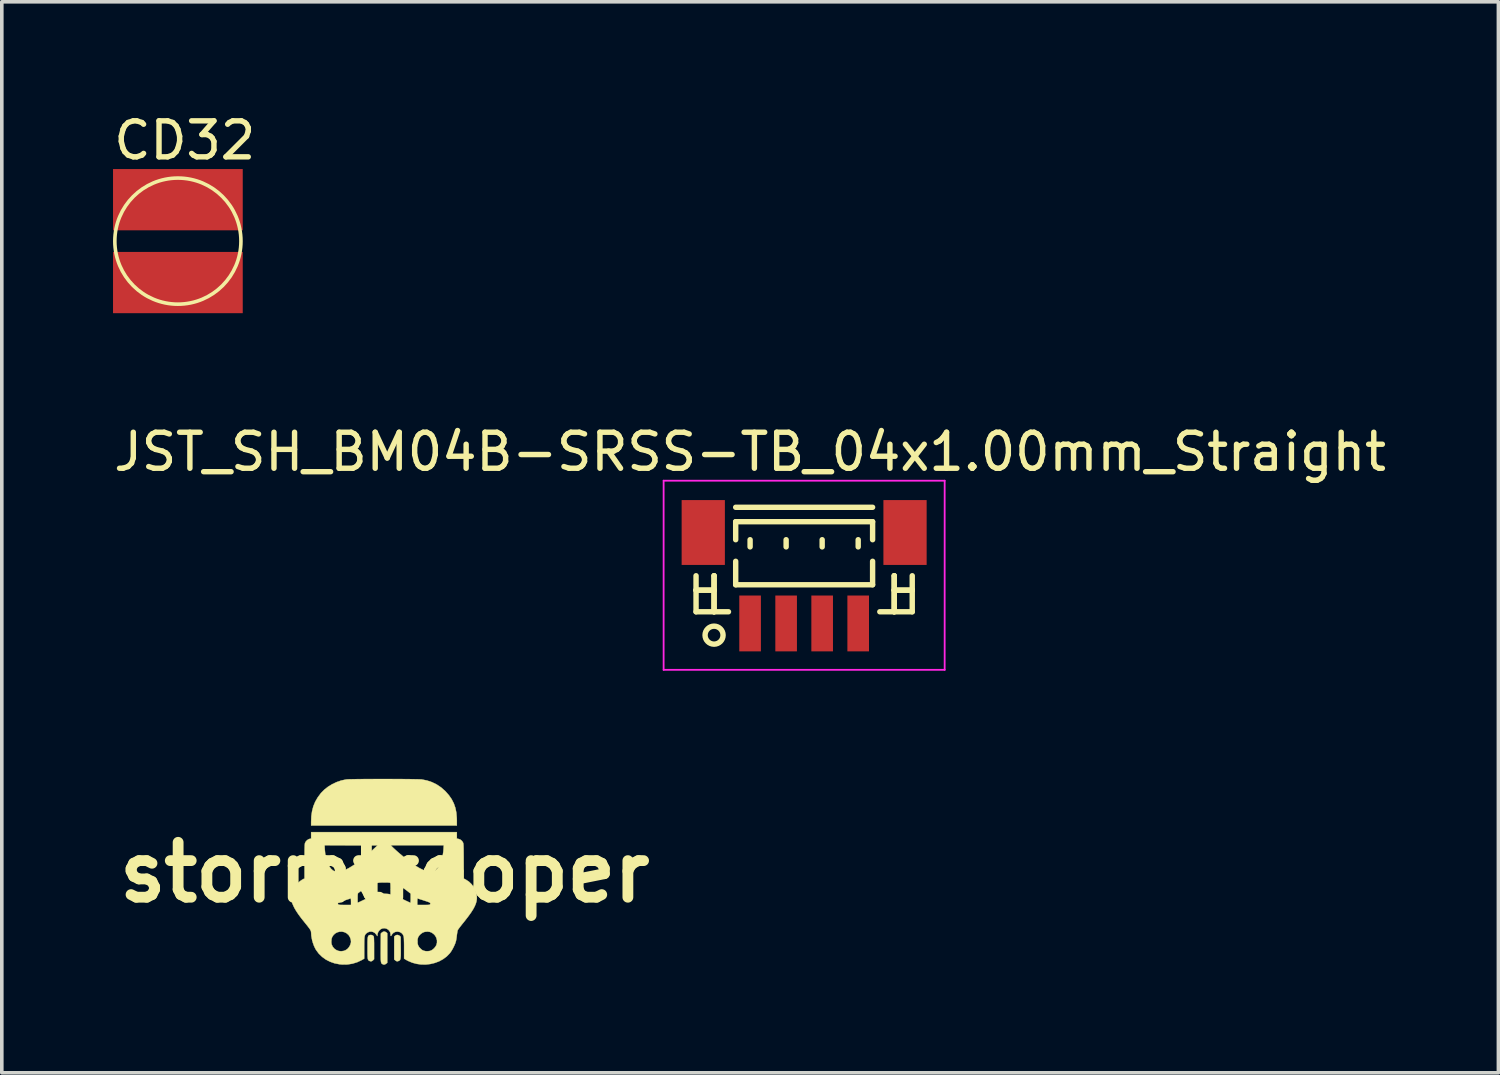
<source format=kicad_pcb>
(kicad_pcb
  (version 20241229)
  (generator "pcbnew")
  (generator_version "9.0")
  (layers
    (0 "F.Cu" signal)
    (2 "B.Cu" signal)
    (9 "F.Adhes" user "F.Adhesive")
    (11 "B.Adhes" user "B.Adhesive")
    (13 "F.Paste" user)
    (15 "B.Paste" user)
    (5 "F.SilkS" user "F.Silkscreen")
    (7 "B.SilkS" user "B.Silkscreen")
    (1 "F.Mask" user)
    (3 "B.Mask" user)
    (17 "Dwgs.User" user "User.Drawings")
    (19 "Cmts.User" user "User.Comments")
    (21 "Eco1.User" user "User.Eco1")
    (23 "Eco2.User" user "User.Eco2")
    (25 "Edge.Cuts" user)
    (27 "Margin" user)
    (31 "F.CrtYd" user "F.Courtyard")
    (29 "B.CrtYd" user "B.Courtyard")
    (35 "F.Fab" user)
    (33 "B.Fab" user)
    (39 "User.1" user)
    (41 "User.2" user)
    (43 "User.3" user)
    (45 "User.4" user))
  (footprint "CD32"
    (layer "F.Cu")
    (at 1.887 3.642)
    (property "Reference" "CD32" (at 0.191 -2.794 0) (layer "F.SilkS") (effects (font (size 1 1) (thickness 0.15))))
    (attr through_hole)
    (fp_circle (center 0 0) (end 1.75 0) (stroke (width 0.1) (type solid)) (fill no) (layer "F.SilkS"))
    (pad "1" smd rect (at 0 1.15) (size 3.6 1.7) (layers "F.Cu" "F.Mask" "F.Paste"))
    (pad "2" smd rect (at 0 -1.15) (size 3.6 1.7) (layers "F.Cu" "F.Mask" "F.Paste")))
  (footprint "stormtrooper"
    (layer "F.Cu")
    (at 7.627 21.162)
    (property "Reference" "stormtrooper" (at 0 0 0) (layer "F.SilkS") (effects (font (size 1.524 1.524) (thickness 0.3))))
    (attr through_hole)
    (fp_poly (pts (xy 0.032 1.656) (xy 0.045 1.666) (xy 0.071 1.69) (xy 0.071 2.508) (xy 0.04 2.534) (xy 0.005 2.555) (xy -0.03 2.558) (xy -0.062 2.545) (xy -0.074 2.538) (xy -0.085 2.529) (xy -0.093 2.517) (xy -0.099 2.499) (xy -0.104 2.475) (xy -0.107 2.441) (xy -0.109 2.396) (xy -0.11 2.338) (xy -0.111 2.266) (xy -0.11 2.176) (xy -0.11 2.085) (xy -0.107 1.697) (xy -0.079 1.67) (xy -0.044 1.647) (xy -0.005 1.642) (xy 0.032 1.656)) (stroke (width 0.01) (type solid)) (fill yes) (layer "F.SilkS"))
    (fp_poly (pts (xy 0.4 1.75) (xy 0.415 1.762) (xy 0.442 1.789) (xy 0.445 2.075) (xy 0.446 2.17) (xy 0.446 2.246) (xy 0.445 2.307) (xy 0.442 2.353) (xy 0.438 2.388) (xy 0.432 2.413) (xy 0.423 2.431) (xy 0.412 2.443) (xy 0.399 2.452) (xy 0.396 2.454) (xy 0.36 2.467) (xy 0.328 2.464) (xy 0.296 2.443) (xy 0.295 2.443) (xy 0.264 2.416) (xy 0.264 1.782) (xy 0.289 1.758) (xy 0.323 1.739) (xy 0.363 1.736) (xy 0.4 1.75)) (stroke (width 0.01) (type solid)) (fill yes) (layer "F.SilkS"))
    (fp_poly (pts (xy -0.343 1.744) (xy -0.314 1.765) (xy -0.306 1.776) (xy -0.302 1.794) (xy -0.299 1.831) (xy -0.297 1.888) (xy -0.295 1.963) (xy -0.295 2.057) (xy -0.295 2.103) (xy -0.295 2.409) (xy -0.324 2.439) (xy -0.358 2.463) (xy -0.394 2.467) (xy -0.427 2.456) (xy -0.44 2.448) (xy -0.452 2.438) (xy -0.46 2.424) (xy -0.467 2.404) (xy -0.471 2.375) (xy -0.474 2.336) (xy -0.476 2.284) (xy -0.477 2.216) (xy -0.477 2.131) (xy -0.477 2.1) (xy -0.477 2.008) (xy -0.477 1.934) (xy -0.475 1.876) (xy -0.472 1.831) (xy -0.467 1.799) (xy -0.461 1.776) (xy -0.452 1.76) (xy -0.44 1.749) (xy -0.425 1.742) (xy -0.416 1.739) (xy -0.38 1.735) (xy -0.343 1.744)) (stroke (width 0.01) (type solid)) (fill yes) (layer "F.SilkS"))
    (fp_poly (pts (xy 0.078 -2.591) (xy 0.207 -2.591) (xy 0.332 -2.59) (xy 0.453 -2.59) (xy 0.567 -2.589) (xy 0.673 -2.588) (xy 0.768 -2.587) (xy 0.851 -2.585) (xy 0.92 -2.584) (xy 0.974 -2.582) (xy 1.01 -2.581) (xy 1.021 -2.58) (xy 1.17 -2.551) (xy 1.311 -2.504) (xy 1.444 -2.439) (xy 1.567 -2.356) (xy 1.68 -2.256) (xy 1.687 -2.249) (xy 1.782 -2.141) (xy 1.859 -2.03) (xy 1.918 -1.914) (xy 1.961 -1.79) (xy 1.988 -1.657) (xy 2 -1.512) (xy 2.002 -1.452) (xy 2.002 -1.3) (xy -2.042 -1.3) (xy -2.042 -1.402) (xy -2.036 -1.559) (xy -2.015 -1.702) (xy -1.98 -1.835) (xy -1.929 -1.959) (xy -1.862 -2.076) (xy -1.778 -2.19) (xy -1.763 -2.208) (xy -1.675 -2.297) (xy -1.571 -2.378) (xy -1.455 -2.449) (xy -1.331 -2.507) (xy -1.202 -2.551) (xy -1.072 -2.578) (xy -1.054 -2.58) (xy -1.029 -2.582) (xy -0.985 -2.584) (xy -0.924 -2.585) (xy -0.848 -2.587) (xy -0.759 -2.588) (xy -0.659 -2.589) (xy -0.55 -2.59) (xy -0.432 -2.59) (xy -0.309 -2.591) (xy -0.182 -2.591) (xy -0.052 -2.591) (xy 0.078 -2.591)) (stroke (width 0.01) (type solid)) (fill yes) (layer "F.SilkS"))
    (fp_poly (pts (xy 2.002 -1.027) (xy 2.002 -0.937) (xy 2.04 -0.931) (xy 2.096 -0.912) (xy 2.141 -0.877) (xy 2.166 -0.841) (xy 2.172 -0.831) (xy 2.176 -0.82) (xy 2.18 -0.808) (xy 2.183 -0.792) (xy 2.185 -0.77) (xy 2.187 -0.74) (xy 2.188 -0.702) (xy 2.19 -0.652) (xy 2.19 -0.589) (xy 2.191 -0.511) (xy 2.192 -0.416) (xy 2.192 -0.313) (xy 2.195 0.172) (xy 2.256 0.204) (xy 2.339 0.259) (xy 2.412 0.329) (xy 2.472 0.411) (xy 2.517 0.5) (xy 2.529 0.535) (xy 2.547 0.604) (xy 2.557 0.67) (xy 2.557 0.736) (xy 2.547 0.803) (xy 2.527 0.873) (xy 2.495 0.947) (xy 2.452 1.027) (xy 2.396 1.114) (xy 2.326 1.212) (xy 2.243 1.32) (xy 2.191 1.386) (xy 2.148 1.439) (xy 2.108 1.49) (xy 2.074 1.534) (xy 2.049 1.569) (xy 2.032 1.593) (xy 2.029 1.599) (xy 2.021 1.622) (xy 2.014 1.66) (xy 2.007 1.706) (xy 2.002 1.742) (xy 1.996 1.796) (xy 1.988 1.849) (xy 1.98 1.894) (xy 1.975 1.915) (xy 1.955 1.976) (xy 1.925 2.045) (xy 1.889 2.117) (xy 1.85 2.183) (xy 1.811 2.239) (xy 1.804 2.247) (xy 1.718 2.335) (xy 1.619 2.408) (xy 1.51 2.468) (xy 1.392 2.512) (xy 1.269 2.542) (xy 1.142 2.557) (xy 1.013 2.556) (xy 0.886 2.538) (xy 0.763 2.505) (xy 0.645 2.455) (xy 0.592 2.426) (xy 0.538 2.393) (xy 0.538 2.104) (xy 0.538 2.02) (xy 0.537 1.945) (xy 0.536 1.915) (xy 0.91 1.915) (xy 0.914 1.978) (xy 0.929 2.03) (xy 0.956 2.076) (xy 0.999 2.12) (xy 1.039 2.154) (xy 1.081 2.174) (xy 1.134 2.186) (xy 1.192 2.188) (xy 1.25 2.181) (xy 1.286 2.169) (xy 1.33 2.143) (xy 1.373 2.105) (xy 1.41 2.059) (xy 1.433 2.019) (xy 1.451 1.953) (xy 1.451 1.883) (xy 1.433 1.816) (xy 1.399 1.754) (xy 1.362 1.714) (xy 1.31 1.675) (xy 1.256 1.652) (xy 1.193 1.644) (xy 1.179 1.644) (xy 1.113 1.65) (xy 1.058 1.669) (xy 1.006 1.705) (xy 0.995 1.714) (xy 0.953 1.758) (xy 0.927 1.802) (xy 0.913 1.854) (xy 0.91 1.915) (xy 0.536 1.915) (xy 0.535 1.88) (xy 0.533 1.829) (xy 0.53 1.792) (xy 0.528 1.776) (xy 0.503 1.721) (xy 0.464 1.68) (xy 0.412 1.653) (xy 0.352 1.643) (xy 0.348 1.643) (xy 0.293 1.652) (xy 0.245 1.676) (xy 0.208 1.713) (xy 0.196 1.733) (xy 0.181 1.759) (xy 0.17 1.766) (xy 0.164 1.753) (xy 0.163 1.726) (xy 0.154 1.67) (xy 0.129 1.622) (xy 0.092 1.585) (xy 0.046 1.56) (xy -0.005 1.549) (xy -0.059 1.554) (xy -0.111 1.576) (xy -0.114 1.579) (xy -0.159 1.621) (xy -0.189 1.675) (xy -0.199 1.718) (xy -0.206 1.768) (xy -0.232 1.728) (xy -0.271 1.683) (xy -0.32 1.654) (xy -0.373 1.642) (xy -0.428 1.647) (xy -0.48 1.67) (xy -0.499 1.684) (xy -0.517 1.7) (xy -0.533 1.717) (xy -0.544 1.736) (xy -0.553 1.76) (xy -0.56 1.791) (xy -0.564 1.831) (xy -0.567 1.883) (xy -0.568 1.949) (xy -0.569 2.031) (xy -0.569 2.094) (xy -0.569 2.394) (xy -0.643 2.436) (xy -0.767 2.494) (xy -0.899 2.534) (xy -1.036 2.555) (xy -1.178 2.557) (xy -1.257 2.549) (xy -1.391 2.523) (xy -1.516 2.479) (xy -1.632 2.42) (xy -1.736 2.345) (xy -1.827 2.257) (xy -1.903 2.155) (xy -1.925 2.118) (xy -1.962 2.041) (xy -1.994 1.952) (xy -1.995 1.948) (xy -1.481 1.948) (xy -1.474 1.995) (xy -1.473 1.998) (xy -1.443 2.064) (xy -1.398 2.117) (xy -1.342 2.156) (xy -1.279 2.181) (xy -1.211 2.189) (xy -1.14 2.18) (xy -1.091 2.162) (xy -1.037 2.127) (xy -0.992 2.077) (xy -0.958 2.017) (xy -0.938 1.953) (xy -0.935 1.915) (xy -0.943 1.856) (xy -0.966 1.796) (xy -0.999 1.742) (xy -1.005 1.735) (xy -1.059 1.688) (xy -1.12 1.658) (xy -1.185 1.644) (xy -1.251 1.646) (xy -1.315 1.662) (xy -1.374 1.694) (xy -1.423 1.74) (xy -1.458 1.794) (xy -1.473 1.839) (xy -1.481 1.893) (xy -1.481 1.948) (xy -1.995 1.948) (xy -2.019 1.856) (xy -2.036 1.762) (xy -2.042 1.677) (xy -2.042 1.675) (xy -2.044 1.652) (xy -2.049 1.629) (xy -2.06 1.604) (xy -2.078 1.573) (xy -2.105 1.536) (xy -2.141 1.489) (xy -2.188 1.43) (xy -2.215 1.397) (xy -2.31 1.278) (xy -2.39 1.171) (xy -2.455 1.074) (xy -2.507 0.986) (xy -2.545 0.905) (xy -2.561 0.863) (xy -1.301 0.863) (xy -1.299 0.876) (xy -1.29 0.889) (xy -1.281 0.895) (xy -1.265 0.899) (xy -1.237 0.902) (xy -1.196 0.903) (xy -1.139 0.904) (xy -1.106 0.904) (xy -0.935 0.904) (xy -0.935 0.813) (xy -0.936 0.773) (xy -0.938 0.742) (xy -0.941 0.724) (xy -0.942 0.722) (xy -0.954 0.725) (xy -0.982 0.734) (xy -1.022 0.747) (xy -1.072 0.764) (xy -1.123 0.781) (xy -1.19 0.803) (xy -1.239 0.822) (xy -1.273 0.837) (xy -1.293 0.85) (xy -1.301 0.863) (xy -2.561 0.863) (xy -2.572 0.831) (xy -2.587 0.762) (xy -2.59 0.715) (xy -0.752 0.715) (xy -0.752 0.844) (xy -0.719 0.829) (xy -0.698 0.82) (xy -0.664 0.804) (xy -0.619 0.782) (xy -0.567 0.758) (xy -0.536 0.743) (xy -0.386 0.671) (xy -0.386 0.513) (xy -0.386 0.45) (xy -0.388 0.405) (xy -0.39 0.376) (xy -0.394 0.36) (xy -0.399 0.356) (xy -0.419 0.362) (xy -0.452 0.378) (xy -0.495 0.404) (xy -0.547 0.437) (xy -0.603 0.475) (xy -0.661 0.517) (xy -0.718 0.56) (xy -0.738 0.575) (xy -0.744 0.585) (xy -0.748 0.606) (xy -0.751 0.64) (xy -0.752 0.691) (xy -0.752 0.715) (xy -2.59 0.715) (xy -2.591 0.703) (xy -2.585 0.635) (xy -2.569 0.56) (xy -2.545 0.487) (xy -2.528 0.447) (xy -2.494 0.392) (xy -2.447 0.334) (xy -2.408 0.295) (xy -0.203 0.295) (xy -0.203 0.61) (xy -0.16 0.602) (xy -0.13 0.599) (xy -0.087 0.596) (xy -0.039 0.594) (xy -0.02 0.594) (xy 0.028 0.595) (xy 0.074 0.597) (xy 0.109 0.601) (xy 0.119 0.602) (xy 0.163 0.61) (xy 0.163 0.516) (xy 0.356 0.516) (xy 0.357 0.676) (xy 0.531 0.759) (xy 0.586 0.786) (xy 0.635 0.808) (xy 0.674 0.827) (xy 0.702 0.839) (xy 0.714 0.843) (xy 0.714 0.843) (xy 0.717 0.834) (xy 0.719 0.812) (xy 0.904 0.812) (xy 0.904 0.904) (xy 1.076 0.904) (xy 1.141 0.904) (xy 1.19 0.903) (xy 1.223 0.901) (xy 1.244 0.897) (xy 1.256 0.892) (xy 1.259 0.889) (xy 1.267 0.868) (xy 1.265 0.854) (xy 1.259 0.845) (xy 1.244 0.835) (xy 1.217 0.823) (xy 1.177 0.808) (xy 1.121 0.79) (xy 1.094 0.781) (xy 1.039 0.763) (xy 0.99 0.748) (xy 0.951 0.735) (xy 0.925 0.727) (xy 0.917 0.724) (xy 0.911 0.727) (xy 0.907 0.743) (xy 0.905 0.774) (xy 0.904 0.812) (xy 0.719 0.812) (xy 0.719 0.808) (xy 0.721 0.769) (xy 0.721 0.722) (xy 0.721 0.717) (xy 0.721 0.59) (xy 0.653 0.535) (xy 0.614 0.505) (xy 0.575 0.476) (xy 0.543 0.453) (xy 0.538 0.45) (xy 0.512 0.433) (xy 0.478 0.414) (xy 0.441 0.394) (xy 0.406 0.375) (xy 0.378 0.362) (xy 0.362 0.356) (xy 0.361 0.356) (xy 0.359 0.365) (xy 0.358 0.392) (xy 0.357 0.432) (xy 0.356 0.482) (xy 0.356 0.516) (xy 0.163 0.516) (xy 0.163 0.452) (xy 0.162 0.391) (xy 0.161 0.348) (xy 0.16 0.319) (xy 0.157 0.301) (xy 0.152 0.292) (xy 0.145 0.287) (xy 0.145 0.287) (xy 0.127 0.284) (xy 0.093 0.281) (xy 0.049 0.28) (xy -0.001 0.28) (xy -0.053 0.28) (xy -0.101 0.281) (xy -0.142 0.283) (xy -0.169 0.286) (xy -0.175 0.287) (xy -0.203 0.295) (xy -2.408 0.295) (xy -2.392 0.278) (xy -2.333 0.231) (xy -2.289 0.202) (xy -2.225 0.168) (xy -2.225 -0.3) (xy -2.225 -0.432) (xy -2.224 -0.545) (xy -2.223 -0.638) (xy -2.221 -0.711) (xy -2.219 -0.752) (xy -1.669 -0.752) (xy -1.663 -0.638) (xy -1.652 -0.526) (xy -1.632 -0.42) (xy -1.605 -0.323) (xy -1.571 -0.235) (xy -1.532 -0.16) (xy -1.488 -0.1) (xy -1.439 -0.056) (xy -1.42 -0.044) (xy -1.359 -0.024) (xy -1.289 -0.019) (xy -1.21 -0.03) (xy -1.153 -0.046) (xy -1.077 -0.077) (xy -0.99 -0.123) (xy -0.892 -0.182) (xy -0.787 -0.253) (xy -0.675 -0.336) (xy -0.559 -0.429) (xy -0.439 -0.53) (xy -0.317 -0.639) (xy -0.274 -0.679) (xy -0.198 -0.751) (xy -0.934 -0.751) (xy -1.669 -0.752) (xy 0.169 -0.752) (xy 0.194 -0.725) (xy 0.229 -0.69) (xy 0.277 -0.645) (xy 0.335 -0.592) (xy 0.4 -0.535) (xy 0.47 -0.476) (xy 0.54 -0.418) (xy 0.609 -0.362) (xy 0.673 -0.312) (xy 0.729 -0.27) (xy 0.732 -0.269) (xy 0.853 -0.185) (xy 0.964 -0.119) (xy 1.065 -0.069) (xy 1.156 -0.037) (xy 1.237 -0.021) (xy 1.308 -0.021) (xy 1.37 -0.038) (xy 1.407 -0.059) (xy 1.46 -0.107) (xy 1.507 -0.173) (xy 1.548 -0.255) (xy 1.582 -0.351) (xy 1.609 -0.46) (xy 1.627 -0.578) (xy 1.633 -0.652) (xy 1.639 -0.752) (xy 0.169 -0.752) (xy -1.669 -0.752) (xy -2.219 -0.752) (xy -2.218 -0.765) (xy -2.215 -0.798) (xy -2.214 -0.808) (xy -2.193 -0.851) (xy -2.159 -0.889) (xy -2.118 -0.918) (xy -2.083 -0.93) (xy -2.042 -0.937) (xy -2.042 -1.118) (xy 2.002 -1.118) (xy 2.002 -1.027)) (stroke (width 0.01) (type solid)) (fill yes) (layer "F.SilkS")))
  (footprint "JST_SH_BM04B-SRSS-TB_04x1.00mm_Straight"
    (layer "F.Cu")
    (at 19.268 12.991)
    (property "Reference" "JST_SH_BM04B-SRSS-TB_04x1.00mm_Straight" (at -1.5 -3.5 0) (layer "F.SilkS") (effects (font (size 1 1) (thickness 0.15))))
    (attr smd)
    (fp_line (start -3 -0.062) (end -3 0.938) (stroke (width 0.15) (type solid)) (layer "F.SilkS"))
    (fp_line (start -3 0.338) (end -3 0.338) (stroke (width 0.15) (type solid)) (layer "F.SilkS"))
    (fp_line (start -3 0.338) (end -2.5 0.338) (stroke (width 0.15) (type solid)) (layer "F.SilkS"))
    (fp_line (start -3 0.938) (end -2.1 0.938) (stroke (width 0.15) (type solid)) (layer "F.SilkS"))
    (fp_line (start -2.5 -0.062) (end -2.5 -0.062) (stroke (width 0.15) (type solid)) (layer "F.SilkS"))
    (fp_line (start -2.5 -0.062) (end -2.5 0.938) (stroke (width 0.15) (type solid)) (layer "F.SilkS"))
    (fp_line (start -2.5 0.338) (end -3 0.338) (stroke (width 0.15) (type solid)) (layer "F.SilkS"))
    (fp_line (start -2.5 0.338) (end -2.5 0.338) (stroke (width 0.15) (type solid)) (layer "F.SilkS"))
    (fp_line (start -2.5 0.938) (end -2.5 -0.062) (stroke (width 0.15) (type solid)) (layer "F.SilkS"))
    (fp_line (start -2.5 0.938) (end -2.5 0.938) (stroke (width 0.15) (type solid)) (layer "F.SilkS"))
    (fp_line (start -1.9 -1.962) (end 1.9 -1.962) (stroke (width 0.15) (type solid)) (layer "F.SilkS"))
    (fp_line (start -1.9 -1.562) (end 1.9 -1.562) (stroke (width 0.15) (type solid)) (layer "F.SilkS"))
    (fp_line (start -1.9 -1.062) (end -1.9 -1.562) (stroke (width 0.15) (type solid)) (layer "F.SilkS"))
    (fp_line (start -1.9 -0.463) (end -1.9 0.188) (stroke (width 0.15) (type solid)) (layer "F.SilkS"))
    (fp_line (start -1.9 0.188) (end 1.9 0.188) (stroke (width 0.15) (type solid)) (layer "F.SilkS"))
    (fp_line (start -1.5 -1.062) (end -1.5 -0.863) (stroke (width 0.15) (type solid)) (layer "F.SilkS"))
    (fp_line (start -0.5 -1.062) (end -0.5 -0.863) (stroke (width 0.15) (type solid)) (layer "F.SilkS"))
    (fp_line (start 0.5 -1.062) (end 0.5 -0.863) (stroke (width 0.15) (type solid)) (layer "F.SilkS"))
    (fp_line (start 1.5 -1.062) (end 1.5 -0.863) (stroke (width 0.15) (type solid)) (layer "F.SilkS"))
    (fp_line (start 1.9 -1.562) (end 1.9 -1.062) (stroke (width 0.15) (type solid)) (layer "F.SilkS"))
    (fp_line (start 1.9 0.188) (end 1.9 -0.463) (stroke (width 0.15) (type solid)) (layer "F.SilkS"))
    (fp_line (start 2.5 -0.062) (end 2.5 -0.062) (stroke (width 0.15) (type solid)) (layer "F.SilkS"))
    (fp_line (start 2.5 -0.062) (end 2.5 0.938) (stroke (width 0.15) (type solid)) (layer "F.SilkS"))
    (fp_line (start 2.5 0.338) (end 2.5 0.338) (stroke (width 0.15) (type solid)) (layer "F.SilkS"))
    (fp_line (start 2.5 0.338) (end 3 0.338) (stroke (width 0.15) (type solid)) (layer "F.SilkS"))
    (fp_line (start 2.5 0.938) (end 2.5 -0.062) (stroke (width 0.15) (type solid)) (layer "F.SilkS"))
    (fp_line (start 2.5 0.938) (end 2.5 0.938) (stroke (width 0.15) (type solid)) (layer "F.SilkS"))
    (fp_line (start 3 -0.062) (end 3 0.938) (stroke (width 0.15) (type solid)) (layer "F.SilkS"))
    (fp_line (start 3 0.338) (end 2.5 0.338) (stroke (width 0.15) (type solid)) (layer "F.SilkS"))
    (fp_line (start 3 0.338) (end 3 0.338) (stroke (width 0.15) (type solid)) (layer "F.SilkS"))
    (fp_line (start 3 0.938) (end 2.1 0.938) (stroke (width 0.15) (type solid)) (layer "F.SilkS"))
    (fp_circle (center -2.5 1.587) (end -2.25 1.587) (stroke (width 0.15) (type solid)) (fill no) (layer "F.SilkS"))
    (fp_line (start -3.9 -2.7) (end 3.9 -2.7) (stroke (width 0.05) (type solid)) (layer "F.CrtYd"))
    (fp_line (start -3.9 2.55) (end -3.9 -2.7) (stroke (width 0.05) (type solid)) (layer "F.CrtYd"))
    (fp_line (start 3.9 -2.7) (end 3.9 2.55) (stroke (width 0.05) (type solid)) (layer "F.CrtYd"))
    (fp_line (start 3.9 2.55) (end -3.9 2.55) (stroke (width 0.05) (type solid)) (layer "F.CrtYd"))
    (pad "" smd rect (at -2.8 -1.262) (size 1.2 1.8) (layers "F.Cu" "F.Mask" "F.Paste"))
    (pad "" smd rect (at 2.8 -1.262) (size 1.2 1.8) (layers "F.Cu" "F.Mask" "F.Paste"))
    (pad "1" smd rect (at -1.5 1.262) (size 0.6 1.55) (layers "F.Cu" "F.Mask" "F.Paste"))
    (pad "2" smd rect (at -0.5 1.262) (size 0.6 1.55) (layers "F.Cu" "F.Mask" "F.Paste"))
    (pad "3" smd rect (at 0.5 1.262) (size 0.6 1.55) (layers "F.Cu" "F.Mask" "F.Paste"))
    (pad "4" smd rect (at 1.5 1.262) (size 0.6 1.55) (layers "F.Cu" "F.Mask" "F.Paste")))
  (gr_rect
    (start -3 -3)
    (end 38.536 26.724)
    (stroke (width 0.1) (type default))
    (fill no)
    (layer "Edge.Cuts")))
</source>
